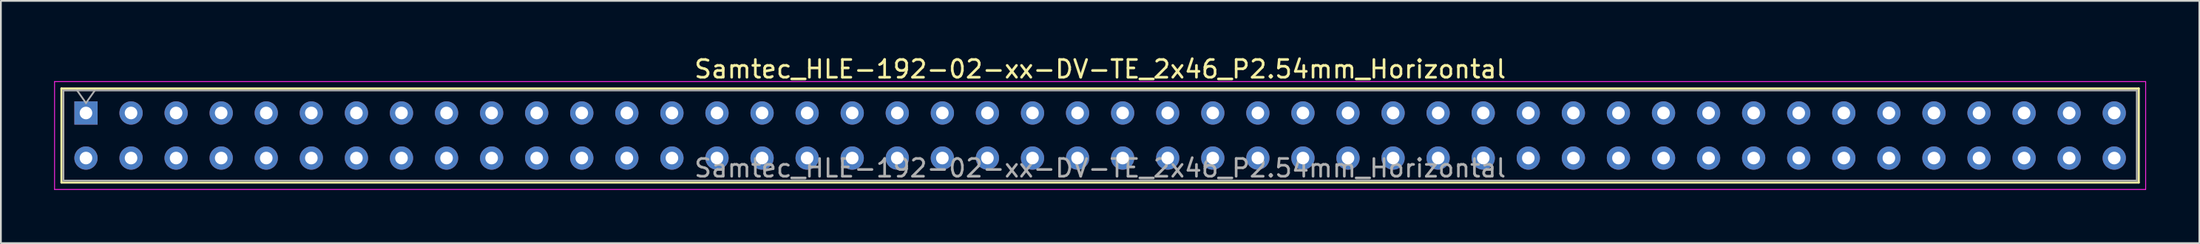
<source format=kicad_pcb>
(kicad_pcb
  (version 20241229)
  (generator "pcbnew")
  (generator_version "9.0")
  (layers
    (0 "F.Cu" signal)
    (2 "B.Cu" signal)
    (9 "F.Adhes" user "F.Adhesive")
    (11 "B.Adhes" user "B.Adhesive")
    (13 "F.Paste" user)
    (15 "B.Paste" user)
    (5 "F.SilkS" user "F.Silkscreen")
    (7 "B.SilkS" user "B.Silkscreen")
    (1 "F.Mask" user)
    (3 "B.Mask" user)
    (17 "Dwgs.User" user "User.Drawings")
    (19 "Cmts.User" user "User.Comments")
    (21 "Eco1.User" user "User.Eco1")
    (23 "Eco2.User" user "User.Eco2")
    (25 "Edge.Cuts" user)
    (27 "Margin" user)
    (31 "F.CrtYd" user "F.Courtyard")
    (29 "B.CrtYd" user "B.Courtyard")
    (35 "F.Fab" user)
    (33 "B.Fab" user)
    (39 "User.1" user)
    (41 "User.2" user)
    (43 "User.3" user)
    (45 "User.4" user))
  (footprint "Samtec_HLE-192-02-xx-DV-TE_2x46_P2.54mm_Horizontal"
    (layer "F.Cu")
    (at 1.795 3.318)
    (property "Reference" "Samtec_HLE-192-02-xx-DV-TE_2x46_P2.54mm_Horizontal" (at 57.15 -2.47 0) (layer "F.SilkS") (effects (font (size 1 1) (thickness 0.15))))
    (attr through_hole)
    (fp_line (start -1.38 -1.38) (end 115.68 -1.38) (stroke (width 0.12) (type solid)) (layer "F.SilkS"))
    (fp_line (start -1.38 3.92) (end -1.38 -1.38) (stroke (width 0.12) (type solid)) (layer "F.SilkS"))
    (fp_line (start 115.68 -1.38) (end 115.68 3.92) (stroke (width 0.12) (type solid)) (layer "F.SilkS"))
    (fp_line (start 115.68 3.92) (end -1.38 3.92) (stroke (width 0.12) (type solid)) (layer "F.SilkS"))
    (fp_line (start -1.77 -1.77) (end 116.07 -1.77) (stroke (width 0.05) (type solid)) (layer "F.CrtYd"))
    (fp_line (start -1.77 4.31) (end -1.77 -1.77) (stroke (width 0.05) (type solid)) (layer "F.CrtYd"))
    (fp_line (start 116.07 -1.77) (end 116.07 4.31) (stroke (width 0.05) (type solid)) (layer "F.CrtYd"))
    (fp_line (start 116.07 4.31) (end -1.77 4.31) (stroke (width 0.05) (type solid)) (layer "F.CrtYd"))
    (fp_line (start -1.27 -1.27) (end 115.57 -1.27) (stroke (width 0.1) (type solid)) (layer "F.Fab"))
    (fp_line (start -1.27 3.81) (end -1.27 -1.27) (stroke (width 0.1) (type solid)) (layer "F.Fab"))
    (fp_line (start -0.5 -1.27) (end 0 -0.563) (stroke (width 0.1) (type solid)) (layer "F.Fab"))
    (fp_line (start 0 -0.563) (end 0.5 -1.27) (stroke (width 0.1) (type solid)) (layer "F.Fab"))
    (fp_line (start 115.57 -1.27) (end 115.57 3.81) (stroke (width 0.1) (type solid)) (layer "F.Fab"))
    (fp_line (start 115.57 3.81) (end -1.27 3.81) (stroke (width 0.1) (type solid)) (layer "F.Fab"))
    (fp_text user "${REFERENCE}" (at 57.15 3.11 0) (layer "F.Fab") (effects (font (size 1 1) (thickness 0.15))))
    (pad "1" thru_hole rect (at 0 0) (size 1.31 1.31) (drill 0.71) (layers "*.Cu" "*.Mask"))
    (pad "2" thru_hole circle (at 0 2.54) (size 1.31 1.31) (drill 0.71) (layers "*.Cu" "*.Mask"))
    (pad "3" thru_hole circle (at 2.54 0) (size 1.31 1.31) (drill 0.71) (layers "*.Cu" "*.Mask"))
    (pad "4" thru_hole circle (at 2.54 2.54) (size 1.31 1.31) (drill 0.71) (layers "*.Cu" "*.Mask"))
    (pad "5" thru_hole circle (at 5.08 0) (size 1.31 1.31) (drill 0.71) (layers "*.Cu" "*.Mask"))
    (pad "6" thru_hole circle (at 5.08 2.54) (size 1.31 1.31) (drill 0.71) (layers "*.Cu" "*.Mask"))
    (pad "7" thru_hole circle (at 7.62 0) (size 1.31 1.31) (drill 0.71) (layers "*.Cu" "*.Mask"))
    (pad "8" thru_hole circle (at 7.62 2.54) (size 1.31 1.31) (drill 0.71) (layers "*.Cu" "*.Mask"))
    (pad "9" thru_hole circle (at 10.16 0) (size 1.31 1.31) (drill 0.71) (layers "*.Cu" "*.Mask"))
    (pad "10" thru_hole circle (at 10.16 2.54) (size 1.31 1.31) (drill 0.71) (layers "*.Cu" "*.Mask"))
    (pad "11" thru_hole circle (at 12.7 0) (size 1.31 1.31) (drill 0.71) (layers "*.Cu" "*.Mask"))
    (pad "12" thru_hole circle (at 12.7 2.54) (size 1.31 1.31) (drill 0.71) (layers "*.Cu" "*.Mask"))
    (pad "13" thru_hole circle (at 15.24 0) (size 1.31 1.31) (drill 0.71) (layers "*.Cu" "*.Mask"))
    (pad "14" thru_hole circle (at 15.24 2.54) (size 1.31 1.31) (drill 0.71) (layers "*.Cu" "*.Mask"))
    (pad "15" thru_hole circle (at 17.78 0) (size 1.31 1.31) (drill 0.71) (layers "*.Cu" "*.Mask"))
    (pad "16" thru_hole circle (at 17.78 2.54) (size 1.31 1.31) (drill 0.71) (layers "*.Cu" "*.Mask"))
    (pad "17" thru_hole circle (at 20.32 0) (size 1.31 1.31) (drill 0.71) (layers "*.Cu" "*.Mask"))
    (pad "18" thru_hole circle (at 20.32 2.54) (size 1.31 1.31) (drill 0.71) (layers "*.Cu" "*.Mask"))
    (pad "19" thru_hole circle (at 22.86 0) (size 1.31 1.31) (drill 0.71) (layers "*.Cu" "*.Mask"))
    (pad "20" thru_hole circle (at 22.86 2.54) (size 1.31 1.31) (drill 0.71) (layers "*.Cu" "*.Mask"))
    (pad "21" thru_hole circle (at 25.4 0) (size 1.31 1.31) (drill 0.71) (layers "*.Cu" "*.Mask"))
    (pad "22" thru_hole circle (at 25.4 2.54) (size 1.31 1.31) (drill 0.71) (layers "*.Cu" "*.Mask"))
    (pad "23" thru_hole circle (at 27.94 0) (size 1.31 1.31) (drill 0.71) (layers "*.Cu" "*.Mask"))
    (pad "24" thru_hole circle (at 27.94 2.54) (size 1.31 1.31) (drill 0.71) (layers "*.Cu" "*.Mask"))
    (pad "25" thru_hole circle (at 30.48 0) (size 1.31 1.31) (drill 0.71) (layers "*.Cu" "*.Mask"))
    (pad "26" thru_hole circle (at 30.48 2.54) (size 1.31 1.31) (drill 0.71) (layers "*.Cu" "*.Mask"))
    (pad "27" thru_hole circle (at 33.02 0) (size 1.31 1.31) (drill 0.71) (layers "*.Cu" "*.Mask"))
    (pad "28" thru_hole circle (at 33.02 2.54) (size 1.31 1.31) (drill 0.71) (layers "*.Cu" "*.Mask"))
    (pad "29" thru_hole circle (at 35.56 0) (size 1.31 1.31) (drill 0.71) (layers "*.Cu" "*.Mask"))
    (pad "30" thru_hole circle (at 35.56 2.54) (size 1.31 1.31) (drill 0.71) (layers "*.Cu" "*.Mask"))
    (pad "31" thru_hole circle (at 38.1 0) (size 1.31 1.31) (drill 0.71) (layers "*.Cu" "*.Mask"))
    (pad "32" thru_hole circle (at 38.1 2.54) (size 1.31 1.31) (drill 0.71) (layers "*.Cu" "*.Mask"))
    (pad "33" thru_hole circle (at 40.64 0) (size 1.31 1.31) (drill 0.71) (layers "*.Cu" "*.Mask"))
    (pad "34" thru_hole circle (at 40.64 2.54) (size 1.31 1.31) (drill 0.71) (layers "*.Cu" "*.Mask"))
    (pad "35" thru_hole circle (at 43.18 0) (size 1.31 1.31) (drill 0.71) (layers "*.Cu" "*.Mask"))
    (pad "36" thru_hole circle (at 43.18 2.54) (size 1.31 1.31) (drill 0.71) (layers "*.Cu" "*.Mask"))
    (pad "37" thru_hole circle (at 45.72 0) (size 1.31 1.31) (drill 0.71) (layers "*.Cu" "*.Mask"))
    (pad "38" thru_hole circle (at 45.72 2.54) (size 1.31 1.31) (drill 0.71) (layers "*.Cu" "*.Mask"))
    (pad "39" thru_hole circle (at 48.26 0) (size 1.31 1.31) (drill 0.71) (layers "*.Cu" "*.Mask"))
    (pad "40" thru_hole circle (at 48.26 2.54) (size 1.31 1.31) (drill 0.71) (layers "*.Cu" "*.Mask"))
    (pad "41" thru_hole circle (at 50.8 0) (size 1.31 1.31) (drill 0.71) (layers "*.Cu" "*.Mask"))
    (pad "42" thru_hole circle (at 50.8 2.54) (size 1.31 1.31) (drill 0.71) (layers "*.Cu" "*.Mask"))
    (pad "43" thru_hole circle (at 53.34 0) (size 1.31 1.31) (drill 0.71) (layers "*.Cu" "*.Mask"))
    (pad "44" thru_hole circle (at 53.34 2.54) (size 1.31 1.31) (drill 0.71) (layers "*.Cu" "*.Mask"))
    (pad "45" thru_hole circle (at 55.88 0) (size 1.31 1.31) (drill 0.71) (layers "*.Cu" "*.Mask"))
    (pad "46" thru_hole circle (at 55.88 2.54) (size 1.31 1.31) (drill 0.71) (layers "*.Cu" "*.Mask"))
    (pad "47" thru_hole circle (at 58.42 0) (size 1.31 1.31) (drill 0.71) (layers "*.Cu" "*.Mask"))
    (pad "48" thru_hole circle (at 58.42 2.54) (size 1.31 1.31) (drill 0.71) (layers "*.Cu" "*.Mask"))
    (pad "49" thru_hole circle (at 60.96 0) (size 1.31 1.31) (drill 0.71) (layers "*.Cu" "*.Mask"))
    (pad "50" thru_hole circle (at 60.96 2.54) (size 1.31 1.31) (drill 0.71) (layers "*.Cu" "*.Mask"))
    (pad "51" thru_hole circle (at 63.5 0) (size 1.31 1.31) (drill 0.71) (layers "*.Cu" "*.Mask"))
    (pad "52" thru_hole circle (at 63.5 2.54) (size 1.31 1.31) (drill 0.71) (layers "*.Cu" "*.Mask"))
    (pad "53" thru_hole circle (at 66.04 0) (size 1.31 1.31) (drill 0.71) (layers "*.Cu" "*.Mask"))
    (pad "54" thru_hole circle (at 66.04 2.54) (size 1.31 1.31) (drill 0.71) (layers "*.Cu" "*.Mask"))
    (pad "55" thru_hole circle (at 68.58 0) (size 1.31 1.31) (drill 0.71) (layers "*.Cu" "*.Mask"))
    (pad "56" thru_hole circle (at 68.58 2.54) (size 1.31 1.31) (drill 0.71) (layers "*.Cu" "*.Mask"))
    (pad "57" thru_hole circle (at 71.12 0) (size 1.31 1.31) (drill 0.71) (layers "*.Cu" "*.Mask"))
    (pad "58" thru_hole circle (at 71.12 2.54) (size 1.31 1.31) (drill 0.71) (layers "*.Cu" "*.Mask"))
    (pad "59" thru_hole circle (at 73.66 0) (size 1.31 1.31) (drill 0.71) (layers "*.Cu" "*.Mask"))
    (pad "60" thru_hole circle (at 73.66 2.54) (size 1.31 1.31) (drill 0.71) (layers "*.Cu" "*.Mask"))
    (pad "61" thru_hole circle (at 76.2 0) (size 1.31 1.31) (drill 0.71) (layers "*.Cu" "*.Mask"))
    (pad "62" thru_hole circle (at 76.2 2.54) (size 1.31 1.31) (drill 0.71) (layers "*.Cu" "*.Mask"))
    (pad "63" thru_hole circle (at 78.74 0) (size 1.31 1.31) (drill 0.71) (layers "*.Cu" "*.Mask"))
    (pad "64" thru_hole circle (at 78.74 2.54) (size 1.31 1.31) (drill 0.71) (layers "*.Cu" "*.Mask"))
    (pad "65" thru_hole circle (at 81.28 0) (size 1.31 1.31) (drill 0.71) (layers "*.Cu" "*.Mask"))
    (pad "66" thru_hole circle (at 81.28 2.54) (size 1.31 1.31) (drill 0.71) (layers "*.Cu" "*.Mask"))
    (pad "67" thru_hole circle (at 83.82 0) (size 1.31 1.31) (drill 0.71) (layers "*.Cu" "*.Mask"))
    (pad "68" thru_hole circle (at 83.82 2.54) (size 1.31 1.31) (drill 0.71) (layers "*.Cu" "*.Mask"))
    (pad "69" thru_hole circle (at 86.36 0) (size 1.31 1.31) (drill 0.71) (layers "*.Cu" "*.Mask"))
    (pad "70" thru_hole circle (at 86.36 2.54) (size 1.31 1.31) (drill 0.71) (layers "*.Cu" "*.Mask"))
    (pad "71" thru_hole circle (at 88.9 0) (size 1.31 1.31) (drill 0.71) (layers "*.Cu" "*.Mask"))
    (pad "72" thru_hole circle (at 88.9 2.54) (size 1.31 1.31) (drill 0.71) (layers "*.Cu" "*.Mask"))
    (pad "73" thru_hole circle (at 91.44 0) (size 1.31 1.31) (drill 0.71) (layers "*.Cu" "*.Mask"))
    (pad "74" thru_hole circle (at 91.44 2.54) (size 1.31 1.31) (drill 0.71) (layers "*.Cu" "*.Mask"))
    (pad "75" thru_hole circle (at 93.98 0) (size 1.31 1.31) (drill 0.71) (layers "*.Cu" "*.Mask"))
    (pad "76" thru_hole circle (at 93.98 2.54) (size 1.31 1.31) (drill 0.71) (layers "*.Cu" "*.Mask"))
    (pad "77" thru_hole circle (at 96.52 0) (size 1.31 1.31) (drill 0.71) (layers "*.Cu" "*.Mask"))
    (pad "78" thru_hole circle (at 96.52 2.54) (size 1.31 1.31) (drill 0.71) (layers "*.Cu" "*.Mask"))
    (pad "79" thru_hole circle (at 99.06 0) (size 1.31 1.31) (drill 0.71) (layers "*.Cu" "*.Mask"))
    (pad "80" thru_hole circle (at 99.06 2.54) (size 1.31 1.31) (drill 0.71) (layers "*.Cu" "*.Mask"))
    (pad "81" thru_hole circle (at 101.6 0) (size 1.31 1.31) (drill 0.71) (layers "*.Cu" "*.Mask"))
    (pad "82" thru_hole circle (at 101.6 2.54) (size 1.31 1.31) (drill 0.71) (layers "*.Cu" "*.Mask"))
    (pad "83" thru_hole circle (at 104.14 0) (size 1.31 1.31) (drill 0.71) (layers "*.Cu" "*.Mask"))
    (pad "84" thru_hole circle (at 104.14 2.54) (size 1.31 1.31) (drill 0.71) (layers "*.Cu" "*.Mask"))
    (pad "85" thru_hole circle (at 106.68 0) (size 1.31 1.31) (drill 0.71) (layers "*.Cu" "*.Mask"))
    (pad "86" thru_hole circle (at 106.68 2.54) (size 1.31 1.31) (drill 0.71) (layers "*.Cu" "*.Mask"))
    (pad "87" thru_hole circle (at 109.22 0) (size 1.31 1.31) (drill 0.71) (layers "*.Cu" "*.Mask"))
    (pad "88" thru_hole circle (at 109.22 2.54) (size 1.31 1.31) (drill 0.71) (layers "*.Cu" "*.Mask"))
    (pad "89" thru_hole circle (at 111.76 0) (size 1.31 1.31) (drill 0.71) (layers "*.Cu" "*.Mask"))
    (pad "90" thru_hole circle (at 111.76 2.54) (size 1.31 1.31) (drill 0.71) (layers "*.Cu" "*.Mask"))
    (pad "91" thru_hole circle (at 114.3 0) (size 1.31 1.31) (drill 0.71) (layers "*.Cu" "*.Mask"))
    (pad "92" thru_hole circle (at 114.3 2.54) (size 1.31 1.31) (drill 0.71) (layers "*.Cu" "*.Mask")))
  (gr_rect
    (start -3 -3)
    (end 120.89 10.653)
    (stroke (width 0.1) (type default))
    (fill no)
    (layer "Edge.Cuts")))
</source>
